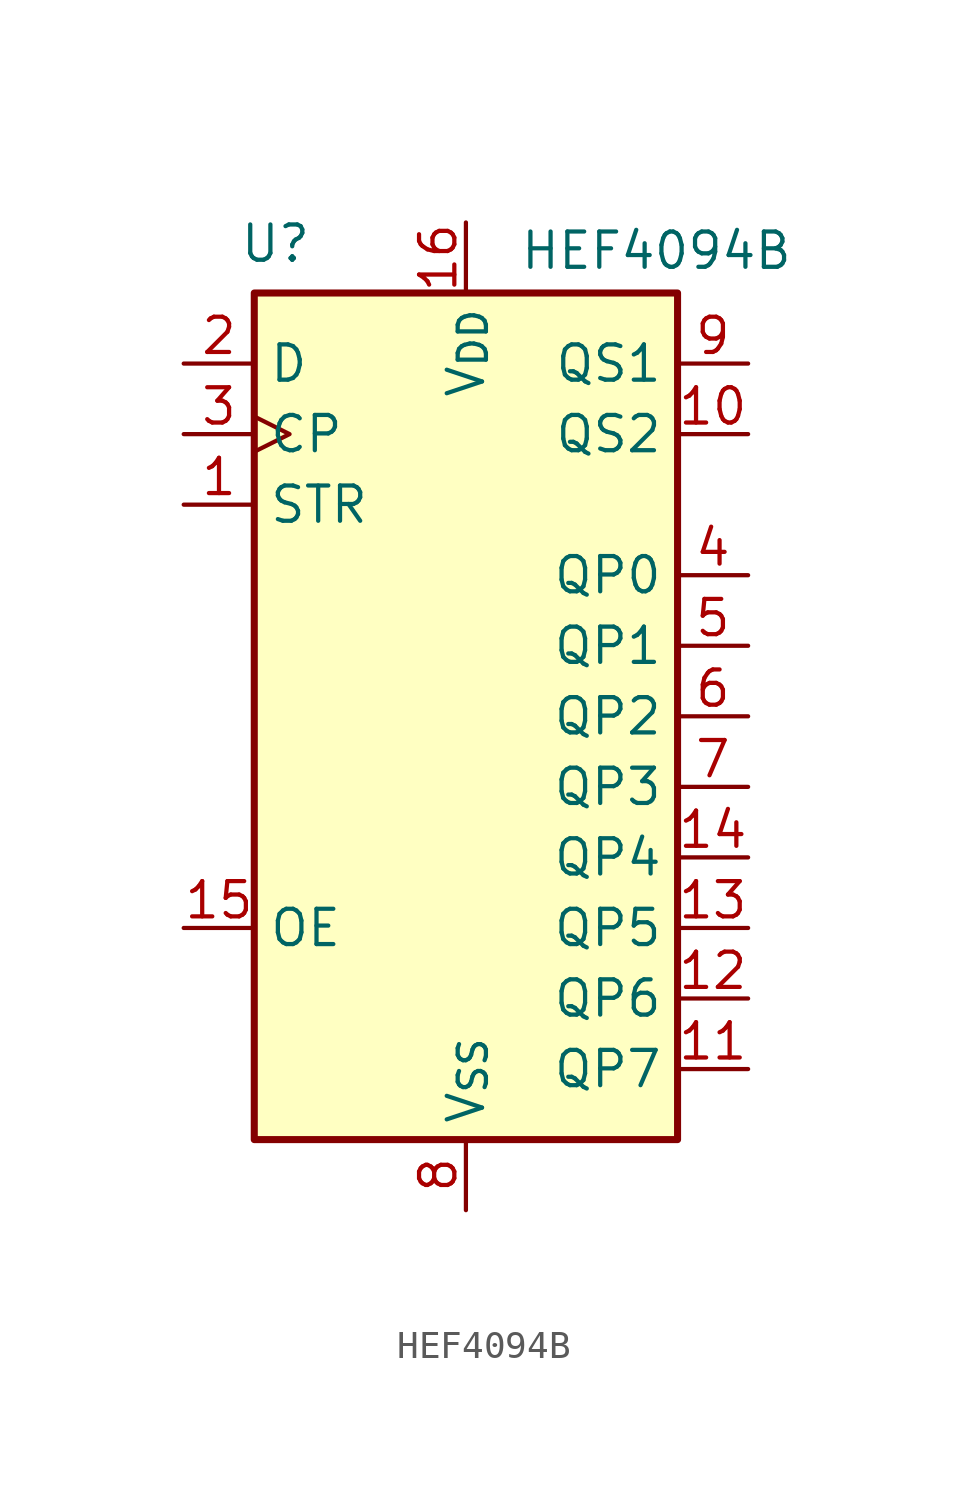
<source format=kicad_sym>
(kicad_symbol_lib
  (version 20231120)
  (generator "kicad_symbol_editor")
  (generator_version "8.0")
  (symbol "HEF4094B"
    (property "Reference" "U"
      (at -6.858 17.018 0)
      (effects (font (size 1.27 1.27))))
    (property "Value" "HEF4094B"
      (at 6.858 16.764 0)
      (effects (font (size 1.27 1.27))))
    (symbol "HEF4094B_1_0"
      (pin output line (at 10.16 10.16 180) (length 2.54) (name "QS2" (effects (font (size 1.27 1.27)))) (number "10" (effects (font (size 1.27 1.27)))))
      (pin output line (at 10.16 -12.7 180) (length 2.54) (name "QP7" (effects (font (size 1.27 1.27)))) (number "11" (effects (font (size 1.27 1.27)))))
      (pin output line (at 10.16 -10.16 180) (length 2.54) (name "QP6" (effects (font (size 1.27 1.27)))) (number "12" (effects (font (size 1.27 1.27)))))
      (pin output line (at 10.16 -7.62 180) (length 2.54) (name "QP5" (effects (font (size 1.27 1.27)))) (number "13" (effects (font (size 1.27 1.27)))))
      (pin output line (at 10.16 -5.08 180) (length 2.54) (name "QP4" (effects (font (size 1.27 1.27)))) (number "14" (effects (font (size 1.27 1.27)))))
      (pin input line (at -10.16 -7.62 0) (length 2.54) (name "OE" (effects (font (size 1.27 1.27)))) (number "15" (effects (font (size 1.27 1.27)))))
      (pin power_in line (at 0 17.78 270) (length 2.54) (name "V_{DD}" (effects (font (size 1.27 1.27)))) (number "16" (effects (font (size 1.27 1.27)))))
      (pin output line (at 10.16 2.54 180) (length 2.54) (name "QP1" (effects (font (size 1.27 1.27)))) (number "5" (effects (font (size 1.27 1.27)))))
      (pin output line (at 10.16 0 180) (length 2.54) (name "QP2" (effects (font (size 1.27 1.27)))) (number "6" (effects (font (size 1.27 1.27)))))
      (pin output line (at 10.16 -2.54 180) (length 2.54) (name "QP3" (effects (font (size 1.27 1.27)))) (number "7" (effects (font (size 1.27 1.27)))))
      (pin power_in line (at 0 -17.78 90) (length 2.54) (name "V_{SS}" (effects (font (size 1.27 1.27)))) (number "8" (effects (font (size 1.27 1.27)))))
      (pin output line (at 10.16 12.7 180) (length 2.54) (name "QS1" (effects (font (size 1.27 1.27)))) (number "9" (effects (font (size 1.27 1.27))))))
    (symbol "HEF4094B_1_1"
      (rectangle (start -7.62 15.24) (end 7.62 -15.24) (stroke (width 0.254) (type default)) (fill (type background)))
      (pin input line (at -10.16 7.62 0) (length 2.54) (name "STR" (effects (font (size 1.27 1.27)))) (number "1" (effects (font (size 1.27 1.27)))))
      (pin input line (at -10.16 12.7 0) (length 2.54) (name "D" (effects (font (size 1.27 1.27)))) (number "2" (effects (font (size 1.27 1.27)))))
      (pin input clock (at -10.16 10.16 0) (length 2.54) (name "CP" (effects (font (size 1.27 1.27)))) (number "3" (effects (font (size 1.27 1.27)))))
      (pin output line (at 10.16 5.08 180) (length 2.54) (name "QP0" (effects (font (size 1.27 1.27)))) (number "4" (effects (font (size 1.27 1.27))))))))
</source>
